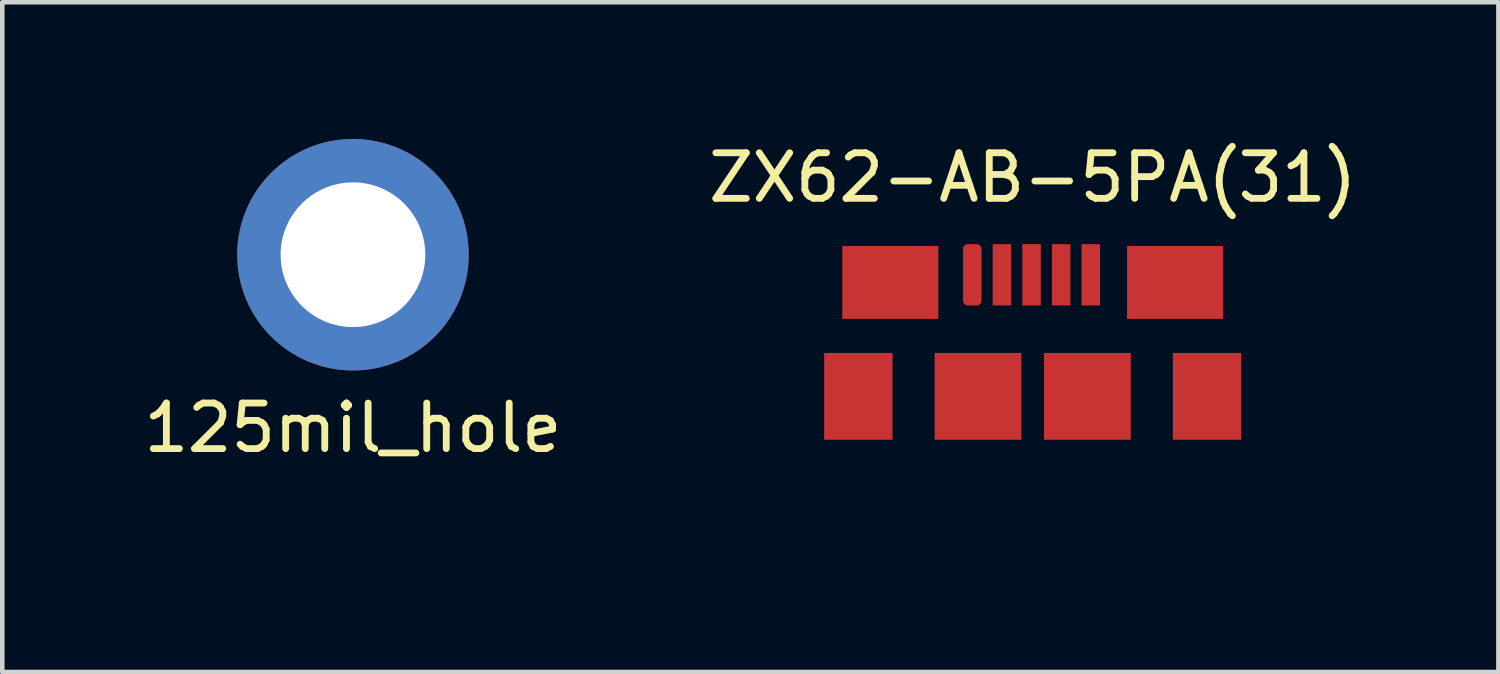
<source format=kicad_pcb>
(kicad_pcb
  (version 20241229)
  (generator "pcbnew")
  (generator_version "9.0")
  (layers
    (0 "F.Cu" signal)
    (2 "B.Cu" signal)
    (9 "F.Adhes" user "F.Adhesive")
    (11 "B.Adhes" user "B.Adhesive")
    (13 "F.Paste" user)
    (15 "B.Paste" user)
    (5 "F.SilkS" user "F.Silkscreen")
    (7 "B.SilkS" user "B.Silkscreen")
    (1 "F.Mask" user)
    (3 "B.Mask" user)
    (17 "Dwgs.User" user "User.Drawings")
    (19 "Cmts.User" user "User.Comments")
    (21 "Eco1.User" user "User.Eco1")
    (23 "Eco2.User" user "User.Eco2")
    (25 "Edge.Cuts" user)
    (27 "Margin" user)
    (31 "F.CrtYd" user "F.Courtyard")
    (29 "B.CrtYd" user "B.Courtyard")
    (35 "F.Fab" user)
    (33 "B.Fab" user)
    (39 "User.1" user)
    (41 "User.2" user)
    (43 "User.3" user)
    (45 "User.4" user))
  (footprint "125mil_hole"
    (layer "F.Cu")
    (at 4.696 2.54)
    (property "Reference" "125mil_hole" (at 0 3.8 0) (layer "F.SilkS") (effects (font (size 1 1) (thickness 0.15))))
    (attr through_hole)
    (fp_circle (center 0 0) (end 1.587 0) (stroke (width 0.025) (type solid)) (fill yes) (layer "F.Paste"))
    (fp_circle (center 0 0) (end 1.587 0) (stroke (width 0.025) (type solid)) (fill yes) (layer "B.Paste"))
    (pad "1" thru_hole circle (at 0 0) (size 5.08 5.08) (drill 3.175) (layers "*.Cu" "*.Mask")))
  (footprint "ZX62-AB-5PA(31)"
    (layer "F.Cu")
    (at 19.613 8.448)
    (property "Reference" "ZX62-AB-5PA(31)" (at 0 -7.6 0) (layer "F.SilkS") (effects (font (size 1 1) (thickness 0.15))))
    (attr through_hole)
    (fp_line (start -4.432 0) (end -3.725 0) (stroke (width 0.254) (type solid)) (layer "Eco1.User"))
    (fp_line (start -2.525 -1.2) (end 2.525 -1.2) (stroke (width 0.254) (type solid)) (layer "Eco1.User"))
    (fp_line (start 4.432 0) (end 3.725 0) (stroke (width 0.254) (type solid)) (layer "Eco1.User"))
    (fp_arc (start -3.125 -0.6) (mid -3.300736 -0.175736) (end -3.725 0) (stroke (width 0.254) (type solid)) (layer "Eco1.User"))
    (fp_arc (start -3.125 -0.6) (mid -2.949264 -1.024264) (end -2.525 -1.2) (stroke (width 0.254) (type solid)) (layer "Eco1.User"))
    (fp_arc (start 2.525 -1.2) (mid 2.949264 -1.024264) (end 3.125 -0.6) (stroke (width 0.254) (type solid)) (layer "Eco1.User"))
    (fp_arc (start 3.725 0) (mid 3.300736 -0.175736) (end 3.125 -0.6) (stroke (width 0.254) (type solid)) (layer "Eco1.User"))
    (pad "1" smd roundrect (at -1.325 -5.467 180) (size 0.406 1.346) (layers "F.Cu" "F.Mask" "F.Paste") (roundrect_rratio 0.25))
    (pad "2" smd rect (at -0.675 -5.467 180) (size 0.406 1.346) (layers "F.Cu" "F.Mask" "F.Paste"))
    (pad "3" smd rect (at -0.025 -5.467 180) (size 0.406 1.346) (layers "F.Cu" "F.Mask" "F.Paste"))
    (pad "4" smd rect (at 0.625 -5.467 180) (size 0.406 1.346) (layers "F.Cu" "F.Mask" "F.Paste"))
    (pad "5" smd rect (at 1.275 -5.467 180) (size 0.406 1.346) (layers "F.Cu" "F.Mask" "F.Paste"))
    (pad "6" smd rect (at -3.826 -2.8) (size 1.5 1.905) (layers "F.Cu" "F.Mask" "F.Paste"))
    (pad "6" smd rect (at -3.124 -5.3 180) (size 2.108 1.6) (layers "F.Cu" "F.Mask" "F.Paste"))
    (pad "6" smd rect (at -1.2 -2.8) (size 1.905 1.905) (layers "F.Cu" "F.Mask" "F.Paste"))
    (pad "6" smd rect (at 1.2 -2.8 270) (size 1.905 1.905) (layers "F.Cu" "F.Mask" "F.Paste"))
    (pad "6" smd rect (at 3.124 -5.3) (size 2.108 1.6) (layers "F.Cu" "F.Mask" "F.Paste"))
    (pad "6" smd rect (at 3.826 -2.8 180) (size 1.5 1.905) (layers "F.Cu" "F.Mask" "F.Paste")))
  (gr_rect
    (start -3 -3)
    (end 29.833 11.698)
    (stroke (width 0.1) (type default))
    (fill no)
    (layer "Edge.Cuts")))
</source>
